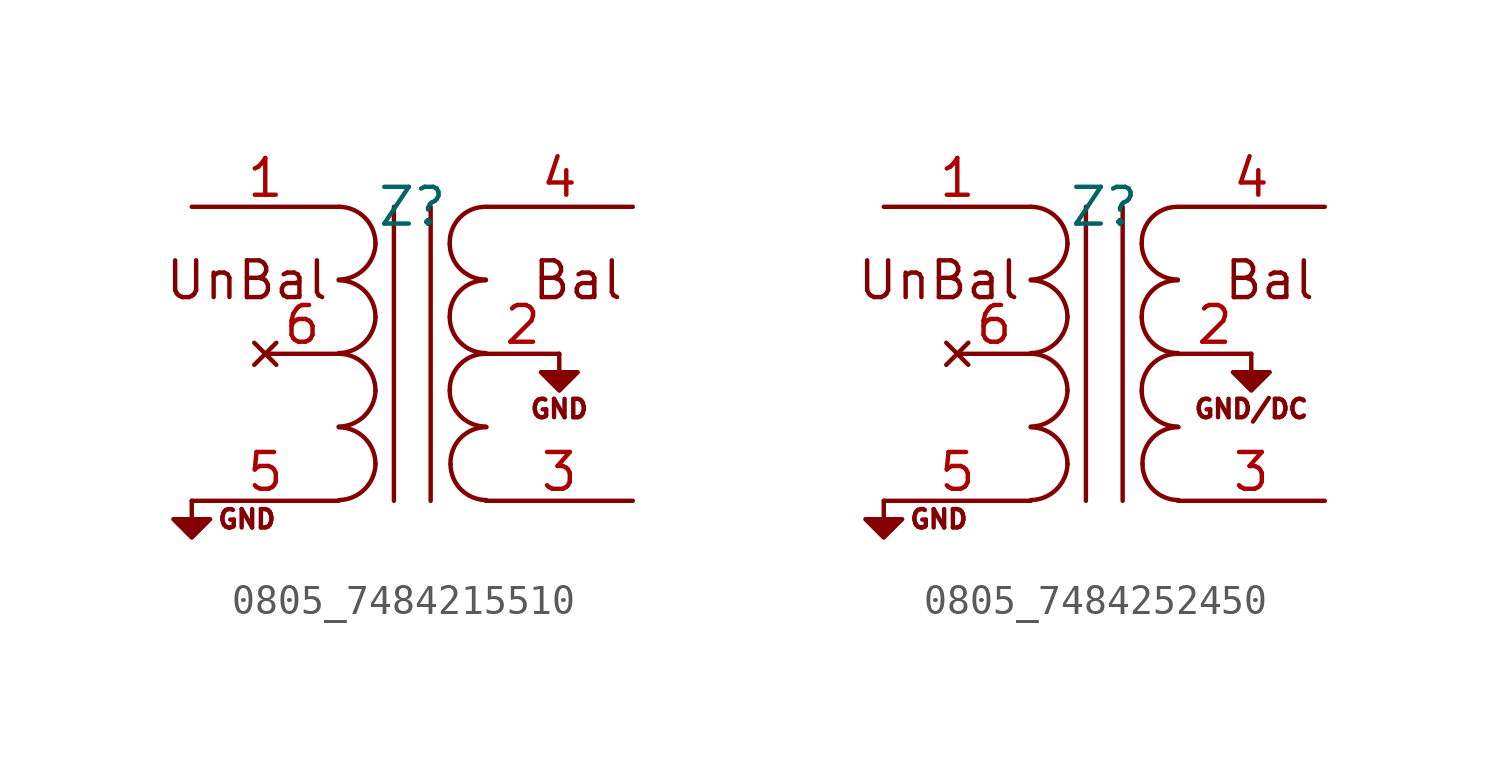
<source format=kicad_sym>
(kicad_symbol_lib
  (version 20220914)
  (generator kicad_symbol_editor)
  (symbol "0805_7484215510"
    (pin_names hide)
    (property "Reference" "Z"
      (at 0 5.08 0)
      (effects (font (size 1.27 1.27))))
    (property "Critical Parameter" ""
      (at 0 -5.08 0)
      (effects (font (size 1.27 1.27)) (justify left)))
    (symbol "0805_7484215510_0_0"
      (text "" (at -0.635 3.81 0) (effects (font (size 1.27 1.27))))
      (text "" (at -0.635 3.81 0) (effects (font (size 1.27 1.27))))
      (text "" (at -0.635 4.445 0) (effects (font (size 1.27 1.27))))
      (text "" (at 6.35 5.08 0) (effects (font (size 1.27 1.27)))))
    (symbol "0805_7484215510_0_1"
      (arc (start -2.54 -5.0546) (mid -1.6599 -4.6901) (end -1.27 -3.81) (stroke (width 0) (type default)) (fill (type none)))
      (arc (start -2.54 -2.5146) (mid -1.6599 -2.1501) (end -1.27 -1.27) (stroke (width 0) (type default)) (fill (type none)))
      (arc (start -2.54 0.0254) (mid -1.6599 0.3899) (end -1.27 1.27) (stroke (width 0) (type default)) (fill (type none)))
      (arc (start -2.54 2.5654) (mid -1.6599 2.9299) (end -1.27 3.81) (stroke (width 0) (type default)) (fill (type none)))
      (arc (start -1.27 -3.81) (mid -1.642 -2.912) (end -2.54 -2.54) (stroke (width 0) (type default)) (fill (type none)))
      (arc (start -1.27 -1.27) (mid -1.642 -0.372) (end -2.54 0) (stroke (width 0) (type default)) (fill (type none)))
      (arc (start -1.27 1.27) (mid -1.642 2.168) (end -2.54 2.54) (stroke (width 0) (type default)) (fill (type none)))
      (arc (start -1.27 3.81) (mid -1.642 4.708) (end -2.54 5.08) (stroke (width 0) (type default)) (fill (type none)))
      (polyline (pts (xy -0.635 5.08) (xy -0.635 -5.08)) (stroke (width 0) (type default)) (fill (type none)))
      (polyline (pts (xy 0.635 5.08) (xy 0.635 -5.08)) (stroke (width 0) (type default)) (fill (type none)))
      (arc (start 1.2954 -1.27) (mid 1.6599 -2.1501) (end 2.54 -2.5146) (stroke (width 0) (type default)) (fill (type none)))
      (arc (start 1.2954 1.27) (mid 1.6599 0.3899) (end 2.54 0.0254) (stroke (width 0) (type default)) (fill (type none)))
      (arc (start 1.2954 3.81) (mid 1.6599 2.9299) (end 2.54 2.5654) (stroke (width 0) (type default)) (fill (type none)))
      (arc (start 1.3208 -3.81) (mid 1.6853 -4.6901) (end 2.5654 -5.0546) (stroke (width 0) (type default)) (fill (type none)))
      (arc (start 2.54 0) (mid 1.642 -0.372) (end 1.2954 -1.27) (stroke (width 0) (type default)) (fill (type none)))
      (arc (start 2.54 2.54) (mid 1.642 2.168) (end 1.2954 1.27) (stroke (width 0) (type default)) (fill (type none)))
      (arc (start 2.54 5.08) (mid 1.642 4.708) (end 1.2954 3.81) (stroke (width 0) (type default)) (fill (type none)))
      (arc (start 2.5654 -2.54) (mid 1.6674 -2.912) (end 1.3208 -3.81) (stroke (width 0) (type default)) (fill (type none))))
    (symbol "0805_7484215510_1_1"
      (polyline (pts (xy -7.62 -5.08) (xy -7.62 -5.715)) (stroke (width 0) (type default)) (fill (type none)))
      (polyline (pts (xy 5.08 0) (xy 5.08 -0.635)) (stroke (width 0) (type default)) (fill (type none)))
      (polyline (pts (xy -8.255 -5.715) (xy -6.985 -5.715) (xy -7.62 -6.35) (xy -8.255 -5.715)) (stroke (width 0) (type default)) (fill (type outline)))
      (polyline (pts (xy 4.445 -0.635) (xy 5.715 -0.635) (xy 5.08 -1.27) (xy 4.445 -0.635)) (stroke (width 0) (type default)) (fill (type outline)))
      (text "Bal" (at 5.715 2.54 0) (effects (font (size 1.27 1.27))))
      (text "GND" (at -5.715 -5.715 0) (effects (font (size 0.635 0.635))))
      (text "GND" (at 5.08 -1.905 0) (effects (font (size 0.635 0.635))))
      (text "UnBal" (at -5.715 2.54 0) (effects (font (size 1.27 1.27))))
      (pin passive line (at -7.62 5.08 0) (length 5.08) (name "1" (effects (font (size 1.27 1.27)))) (number "1" (effects (font (size 1.27 1.27)))))
      (pin passive line (at 5.08 0 180) (length 2.54) (name "2" (effects (font (size 1.27 1.27)))) (number "2" (effects (font (size 1.27 1.27)))))
      (pin passive line (at 7.62 -5.08 180) (length 5.08) (name "3" (effects (font (size 1.27 1.27)))) (number "3" (effects (font (size 1.27 1.27)))))
      (pin passive line (at 7.62 5.08 180) (length 5.08) (name "4" (effects (font (size 1.27 1.27)))) (number "4" (effects (font (size 1.27 1.27)))))
      (pin passive line (at -7.62 -5.08 0) (length 5.08) (name "5" (effects (font (size 1.27 1.27)))) (number "5" (effects (font (size 1.27 1.27)))))
      (pin no_connect line (at -5.08 0 0) (length 2.54) (name "6" (effects (font (size 1.27 1.27)))) (number "6" (effects (font (size 1.27 1.27)))))))
  (symbol "0805_7484252450"
    (pin_names hide)
    (property "Reference" "Z"
      (at 0 5.08 0)
      (effects (font (size 1.27 1.27))))
    (property "Critical Parameter" ""
      (at 0 -5.08 0)
      (effects (font (size 1.27 1.27)) (justify left)))
    (symbol "0805_7484252450_0_0"
      (text "" (at -0.635 3.81 0) (effects (font (size 1.27 1.27))))
      (text "" (at -0.635 3.81 0) (effects (font (size 1.27 1.27))))
      (text "" (at -0.635 4.445 0) (effects (font (size 1.27 1.27))))
      (text "" (at 6.35 5.08 0) (effects (font (size 1.27 1.27)))))
    (symbol "0805_7484252450_0_1"
      (arc (start -2.54 -5.0546) (mid -1.6599 -4.6901) (end -1.27 -3.81) (stroke (width 0) (type default)) (fill (type none)))
      (arc (start -2.54 -2.5146) (mid -1.6599 -2.1501) (end -1.27 -1.27) (stroke (width 0) (type default)) (fill (type none)))
      (arc (start -2.54 0.0254) (mid -1.6599 0.3899) (end -1.27 1.27) (stroke (width 0) (type default)) (fill (type none)))
      (arc (start -2.54 2.5654) (mid -1.6599 2.9299) (end -1.27 3.81) (stroke (width 0) (type default)) (fill (type none)))
      (arc (start -1.27 -3.81) (mid -1.642 -2.912) (end -2.54 -2.54) (stroke (width 0) (type default)) (fill (type none)))
      (arc (start -1.27 -1.27) (mid -1.642 -0.372) (end -2.54 0) (stroke (width 0) (type default)) (fill (type none)))
      (arc (start -1.27 1.27) (mid -1.642 2.168) (end -2.54 2.54) (stroke (width 0) (type default)) (fill (type none)))
      (arc (start -1.27 3.81) (mid -1.642 4.708) (end -2.54 5.08) (stroke (width 0) (type default)) (fill (type none)))
      (polyline (pts (xy -0.635 5.08) (xy -0.635 -5.08)) (stroke (width 0) (type default)) (fill (type none)))
      (polyline (pts (xy 0.635 5.08) (xy 0.635 -5.08)) (stroke (width 0) (type default)) (fill (type none)))
      (arc (start 1.2954 -1.27) (mid 1.6599 -2.1501) (end 2.54 -2.5146) (stroke (width 0) (type default)) (fill (type none)))
      (arc (start 1.2954 1.27) (mid 1.6599 0.3899) (end 2.54 0.0254) (stroke (width 0) (type default)) (fill (type none)))
      (arc (start 1.2954 3.81) (mid 1.6599 2.9299) (end 2.54 2.5654) (stroke (width 0) (type default)) (fill (type none)))
      (arc (start 1.3208 -3.81) (mid 1.6853 -4.6901) (end 2.5654 -5.0546) (stroke (width 0) (type default)) (fill (type none)))
      (arc (start 2.54 0) (mid 1.642 -0.372) (end 1.2954 -1.27) (stroke (width 0) (type default)) (fill (type none)))
      (arc (start 2.54 2.54) (mid 1.642 2.168) (end 1.2954 1.27) (stroke (width 0) (type default)) (fill (type none)))
      (arc (start 2.54 5.08) (mid 1.642 4.708) (end 1.2954 3.81) (stroke (width 0) (type default)) (fill (type none)))
      (arc (start 2.5654 -2.54) (mid 1.6674 -2.912) (end 1.3208 -3.81) (stroke (width 0) (type default)) (fill (type none))))
    (symbol "0805_7484252450_1_1"
      (polyline (pts (xy -7.62 -5.08) (xy -7.62 -5.715)) (stroke (width 0) (type default)) (fill (type none)))
      (polyline (pts (xy 5.08 0) (xy 5.08 -0.635)) (stroke (width 0) (type default)) (fill (type none)))
      (polyline (pts (xy -8.255 -5.715) (xy -6.985 -5.715) (xy -7.62 -6.35) (xy -8.255 -5.715)) (stroke (width 0) (type default)) (fill (type outline)))
      (polyline (pts (xy 4.445 -0.635) (xy 5.715 -0.635) (xy 5.08 -1.27) (xy 4.445 -0.635)) (stroke (width 0) (type default)) (fill (type outline)))
      (text "Bal" (at 5.715 2.54 0) (effects (font (size 1.27 1.27))))
      (text "GND" (at -5.715 -5.715 0) (effects (font (size 0.635 0.635))))
      (text "GND/DC" (at 5.08 -1.905 0) (effects (font (size 0.635 0.635))))
      (text "UnBal" (at -5.715 2.54 0) (effects (font (size 1.27 1.27))))
      (pin passive line (at -7.62 5.08 0) (length 5.08) (name "1" (effects (font (size 1.27 1.27)))) (number "1" (effects (font (size 1.27 1.27)))))
      (pin passive line (at 5.08 0 180) (length 2.54) (name "2" (effects (font (size 1.27 1.27)))) (number "2" (effects (font (size 1.27 1.27)))))
      (pin passive line (at 7.62 -5.08 180) (length 5.08) (name "3" (effects (font (size 1.27 1.27)))) (number "3" (effects (font (size 1.27 1.27)))))
      (pin passive line (at 7.62 5.08 180) (length 5.08) (name "4" (effects (font (size 1.27 1.27)))) (number "4" (effects (font (size 1.27 1.27)))))
      (pin passive line (at -7.62 -5.08 0) (length 5.08) (name "5" (effects (font (size 1.27 1.27)))) (number "5" (effects (font (size 1.27 1.27)))))
      (pin no_connect line (at -5.08 0 0) (length 2.54) (name "6" (effects (font (size 1.27 1.27)))) (number "6" (effects (font (size 1.27 1.27))))))))
</source>
